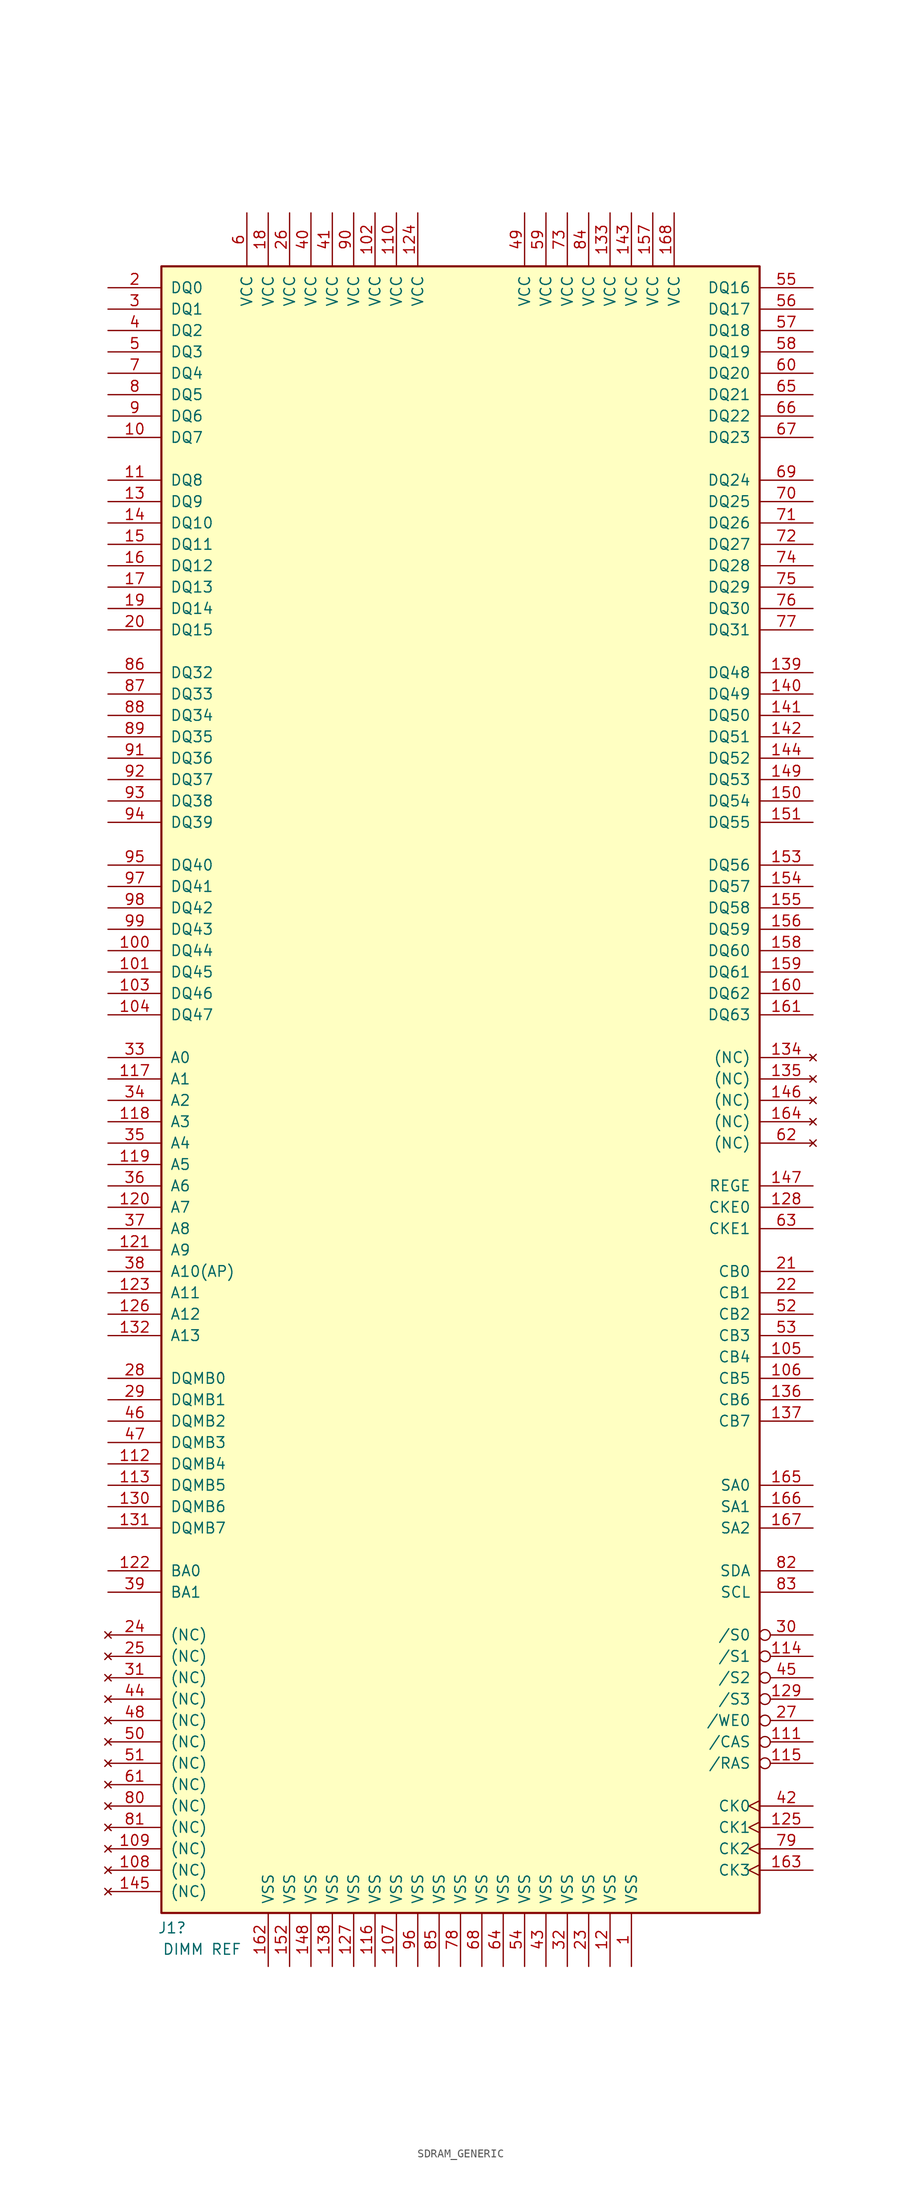
<source format=kicad_sym>
(kicad_symbol_lib
  (version 20240819)
  (generator "kicad_symbol_editor")
  (generator_version "8.99")
  (symbol "SDRAM_GENERIC"
    (pin_names
      (offset 1.016))
    (property "Reference" "J1"
      (at -34.29 -99.568 0)
      (effects (font (size 1.27 1.27))))
    (property "Value" "DIMM REF"
      (at -30.734 -102.108 0)
      (effects (font (size 1.27 1.27))))
    (symbol "SDRAM_GENERIC_0_1"
      (rectangle (start -35.56 97.79) (end 35.56 -97.79) (stroke (width 0.254) (type default)) (fill (type background))))
    (symbol "SDRAM_GENERIC_1_1"
      (pin bidirectional line (at -41.91 95.25 0) (length 6.35) (name "DQ0" (effects (font (size 1.27 1.27)))) (number "2" (effects (font (size 1.27 1.27)))))
      (pin bidirectional line (at -41.91 92.71 0) (length 6.35) (name "DQ1" (effects (font (size 1.27 1.27)))) (number "3" (effects (font (size 1.27 1.27)))))
      (pin bidirectional line (at -41.91 90.17 0) (length 6.35) (name "DQ2" (effects (font (size 1.27 1.27)))) (number "4" (effects (font (size 1.27 1.27)))))
      (pin bidirectional line (at -41.91 87.63 0) (length 6.35) (name "DQ3" (effects (font (size 1.27 1.27)))) (number "5" (effects (font (size 1.27 1.27)))))
      (pin bidirectional line (at -41.91 85.09 0) (length 6.35) (name "DQ4" (effects (font (size 1.27 1.27)))) (number "7" (effects (font (size 1.27 1.27)))))
      (pin bidirectional line (at -41.91 82.55 0) (length 6.35) (name "DQ5" (effects (font (size 1.27 1.27)))) (number "8" (effects (font (size 1.27 1.27)))))
      (pin bidirectional line (at -41.91 80.01 0) (length 6.35) (name "DQ6" (effects (font (size 1.27 1.27)))) (number "9" (effects (font (size 1.27 1.27)))))
      (pin bidirectional line (at -41.91 77.47 0) (length 6.35) (name "DQ7" (effects (font (size 1.27 1.27)))) (number "10" (effects (font (size 1.27 1.27)))))
      (pin bidirectional line (at -41.91 72.39 0) (length 6.35) (name "DQ8" (effects (font (size 1.27 1.27)))) (number "11" (effects (font (size 1.27 1.27)))))
      (pin bidirectional line (at -41.91 69.85 0) (length 6.35) (name "DQ9" (effects (font (size 1.27 1.27)))) (number "13" (effects (font (size 1.27 1.27)))))
      (pin bidirectional line (at -41.91 67.31 0) (length 6.35) (name "DQ10" (effects (font (size 1.27 1.27)))) (number "14" (effects (font (size 1.27 1.27)))))
      (pin bidirectional line (at -41.91 64.77 0) (length 6.35) (name "DQ11" (effects (font (size 1.27 1.27)))) (number "15" (effects (font (size 1.27 1.27)))))
      (pin bidirectional line (at -41.91 62.23 0) (length 6.35) (name "DQ12" (effects (font (size 1.27 1.27)))) (number "16" (effects (font (size 1.27 1.27)))))
      (pin bidirectional line (at -41.91 59.69 0) (length 6.35) (name "DQ13" (effects (font (size 1.27 1.27)))) (number "17" (effects (font (size 1.27 1.27)))))
      (pin bidirectional line (at -41.91 57.15 0) (length 6.35) (name "DQ14" (effects (font (size 1.27 1.27)))) (number "19" (effects (font (size 1.27 1.27)))))
      (pin bidirectional line (at -41.91 54.61 0) (length 6.35) (name "DQ15" (effects (font (size 1.27 1.27)))) (number "20" (effects (font (size 1.27 1.27)))))
      (pin bidirectional line (at -41.91 49.53 0) (length 6.35) (name "DQ32" (effects (font (size 1.27 1.27)))) (number "86" (effects (font (size 1.27 1.27)))))
      (pin bidirectional line (at -41.91 46.99 0) (length 6.35) (name "DQ33" (effects (font (size 1.27 1.27)))) (number "87" (effects (font (size 1.27 1.27)))))
      (pin bidirectional line (at -41.91 44.45 0) (length 6.35) (name "DQ34" (effects (font (size 1.27 1.27)))) (number "88" (effects (font (size 1.27 1.27)))))
      (pin bidirectional line (at -41.91 41.91 0) (length 6.35) (name "DQ35" (effects (font (size 1.27 1.27)))) (number "89" (effects (font (size 1.27 1.27)))))
      (pin bidirectional line (at -41.91 39.37 0) (length 6.35) (name "DQ36" (effects (font (size 1.27 1.27)))) (number "91" (effects (font (size 1.27 1.27)))))
      (pin bidirectional line (at -41.91 36.83 0) (length 6.35) (name "DQ37" (effects (font (size 1.27 1.27)))) (number "92" (effects (font (size 1.27 1.27)))))
      (pin bidirectional line (at -41.91 34.29 0) (length 6.35) (name "DQ38" (effects (font (size 1.27 1.27)))) (number "93" (effects (font (size 1.27 1.27)))))
      (pin bidirectional line (at -41.91 31.75 0) (length 6.35) (name "DQ39" (effects (font (size 1.27 1.27)))) (number "94" (effects (font (size 1.27 1.27)))))
      (pin bidirectional line (at -41.91 26.67 0) (length 6.35) (name "DQ40" (effects (font (size 1.27 1.27)))) (number "95" (effects (font (size 1.27 1.27)))))
      (pin bidirectional line (at -41.91 24.13 0) (length 6.35) (name "DQ41" (effects (font (size 1.27 1.27)))) (number "97" (effects (font (size 1.27 1.27)))))
      (pin bidirectional line (at -41.91 21.59 0) (length 6.35) (name "DQ42" (effects (font (size 1.27 1.27)))) (number "98" (effects (font (size 1.27 1.27)))))
      (pin bidirectional line (at -41.91 19.05 0) (length 6.35) (name "DQ43" (effects (font (size 1.27 1.27)))) (number "99" (effects (font (size 1.27 1.27)))))
      (pin bidirectional line (at -41.91 16.51 0) (length 6.35) (name "DQ44" (effects (font (size 1.27 1.27)))) (number "100" (effects (font (size 1.27 1.27)))))
      (pin bidirectional line (at -41.91 13.97 0) (length 6.35) (name "DQ45" (effects (font (size 1.27 1.27)))) (number "101" (effects (font (size 1.27 1.27)))))
      (pin bidirectional line (at -41.91 11.43 0) (length 6.35) (name "DQ46" (effects (font (size 1.27 1.27)))) (number "103" (effects (font (size 1.27 1.27)))))
      (pin bidirectional line (at -41.91 8.89 0) (length 6.35) (name "DQ47" (effects (font (size 1.27 1.27)))) (number "104" (effects (font (size 1.27 1.27)))))
      (pin input line (at -41.91 3.81 0) (length 6.35) (name "A0" (effects (font (size 1.27 1.27)))) (number "33" (effects (font (size 1.27 1.27)))))
      (pin input line (at -41.91 1.27 0) (length 6.35) (name "A1" (effects (font (size 1.27 1.27)))) (number "117" (effects (font (size 1.27 1.27)))))
      (pin input line (at -41.91 -1.27 0) (length 6.35) (name "A2" (effects (font (size 1.27 1.27)))) (number "34" (effects (font (size 1.27 1.27)))))
      (pin input line (at -41.91 -3.81 0) (length 6.35) (name "A3" (effects (font (size 1.27 1.27)))) (number "118" (effects (font (size 1.27 1.27)))))
      (pin input line (at -41.91 -6.35 0) (length 6.35) (name "A4" (effects (font (size 1.27 1.27)))) (number "35" (effects (font (size 1.27 1.27)))))
      (pin input line (at -41.91 -8.89 0) (length 6.35) (name "A5" (effects (font (size 1.27 1.27)))) (number "119" (effects (font (size 1.27 1.27)))))
      (pin input line (at -41.91 -11.43 0) (length 6.35) (name "A6" (effects (font (size 1.27 1.27)))) (number "36" (effects (font (size 1.27 1.27)))))
      (pin input line (at -41.91 -13.97 0) (length 6.35) (name "A7" (effects (font (size 1.27 1.27)))) (number "120" (effects (font (size 1.27 1.27)))))
      (pin input line (at -41.91 -16.51 0) (length 6.35) (name "A8" (effects (font (size 1.27 1.27)))) (number "37" (effects (font (size 1.27 1.27)))))
      (pin input line (at -41.91 -19.05 0) (length 6.35) (name "A9" (effects (font (size 1.27 1.27)))) (number "121" (effects (font (size 1.27 1.27)))))
      (pin input line (at -41.91 -21.59 0) (length 6.35) (name "A10(AP)" (effects (font (size 1.27 1.27)))) (number "38" (effects (font (size 1.27 1.27)))))
      (pin input line (at -41.91 -24.13 0) (length 6.35) (name "A11" (effects (font (size 1.27 1.27)))) (number "123" (effects (font (size 1.27 1.27)))))
      (pin input line (at -41.91 -26.67 0) (length 6.35) (name "A12" (effects (font (size 1.27 1.27)))) (number "126" (effects (font (size 1.27 1.27)))))
      (pin input line (at -41.91 -29.21 0) (length 6.35) (name "A13" (effects (font (size 1.27 1.27)))) (number "132" (effects (font (size 1.27 1.27)))))
      (pin input line (at -41.91 -34.29 0) (length 6.35) (name "DQMB0" (effects (font (size 1.27 1.27)))) (number "28" (effects (font (size 1.27 1.27)))))
      (pin input line (at -41.91 -36.83 0) (length 6.35) (name "DQMB1" (effects (font (size 1.27 1.27)))) (number "29" (effects (font (size 1.27 1.27)))))
      (pin input line (at -41.91 -39.37 0) (length 6.35) (name "DQMB2" (effects (font (size 1.27 1.27)))) (number "46" (effects (font (size 1.27 1.27)))))
      (pin input line (at -41.91 -41.91 0) (length 6.35) (name "DQMB3" (effects (font (size 1.27 1.27)))) (number "47" (effects (font (size 1.27 1.27)))))
      (pin input line (at -41.91 -44.45 0) (length 6.35) (name "DQMB4" (effects (font (size 1.27 1.27)))) (number "112" (effects (font (size 1.27 1.27)))))
      (pin input line (at -41.91 -46.99 0) (length 6.35) (name "DQMB5" (effects (font (size 1.27 1.27)))) (number "113" (effects (font (size 1.27 1.27)))))
      (pin input line (at -41.91 -49.53 0) (length 6.35) (name "DQMB6" (effects (font (size 1.27 1.27)))) (number "130" (effects (font (size 1.27 1.27)))))
      (pin input line (at -41.91 -52.07 0) (length 6.35) (name "DQMB7" (effects (font (size 1.27 1.27)))) (number "131" (effects (font (size 1.27 1.27)))))
      (pin input line (at -41.91 -57.15 0) (length 6.35) (name "BA0" (effects (font (size 1.27 1.27)))) (number "122" (effects (font (size 1.27 1.27)))))
      (pin input line (at -41.91 -59.69 0) (length 6.35) (name "BA1" (effects (font (size 1.27 1.27)))) (number "39" (effects (font (size 1.27 1.27)))))
      (pin no_connect line (at -41.91 -64.77 0) (length 6.35) (name "(NC)" (effects (font (size 1.27 1.27)))) (number "24" (effects (font (size 1.27 1.27)))))
      (pin no_connect line (at -41.91 -67.31 0) (length 6.35) (name "(NC)" (effects (font (size 1.27 1.27)))) (number "25" (effects (font (size 1.27 1.27)))))
      (pin no_connect line (at -41.91 -69.85 0) (length 6.35) (name "(NC)" (effects (font (size 1.27 1.27)))) (number "31" (effects (font (size 1.27 1.27)))))
      (pin no_connect line (at -41.91 -72.39 0) (length 6.35) (name "(NC)" (effects (font (size 1.27 1.27)))) (number "44" (effects (font (size 1.27 1.27)))))
      (pin no_connect line (at -41.91 -74.93 0) (length 6.35) (name "(NC)" (effects (font (size 1.27 1.27)))) (number "48" (effects (font (size 1.27 1.27)))))
      (pin no_connect line (at -41.91 -77.47 0) (length 6.35) (name "(NC)" (effects (font (size 1.27 1.27)))) (number "50" (effects (font (size 1.27 1.27)))))
      (pin no_connect line (at -41.91 -80.01 0) (length 6.35) (name "(NC)" (effects (font (size 1.27 1.27)))) (number "51" (effects (font (size 1.27 1.27)))))
      (pin no_connect line (at -41.91 -82.55 0) (length 6.35) (name "(NC)" (effects (font (size 1.27 1.27)))) (number "61" (effects (font (size 1.27 1.27)))))
      (pin no_connect line (at -41.91 -85.09 0) (length 6.35) (name "(NC)" (effects (font (size 1.27 1.27)))) (number "80" (effects (font (size 1.27 1.27)))))
      (pin no_connect line (at -41.91 -87.63 0) (length 6.35) (name "(NC)" (effects (font (size 1.27 1.27)))) (number "81" (effects (font (size 1.27 1.27)))))
      (pin no_connect line (at -41.91 -90.17 0) (length 6.35) (name "(NC)" (effects (font (size 1.27 1.27)))) (number "109" (effects (font (size 1.27 1.27)))))
      (pin no_connect line (at -41.91 -92.71 0) (length 6.35) (name "(NC)" (effects (font (size 1.27 1.27)))) (number "108" (effects (font (size 1.27 1.27)))))
      (pin no_connect line (at -41.91 -95.25 0) (length 6.35) (name "(NC)" (effects (font (size 1.27 1.27)))) (number "145" (effects (font (size 1.27 1.27)))))
      (pin power_in line (at -25.4 104.14 270) (length 6.35) (name "VCC" (effects (font (size 1.27 1.27)))) (number "6" (effects (font (size 1.27 1.27)))))
      (pin power_in line (at -22.86 104.14 270) (length 6.35) (name "VCC" (effects (font (size 1.27 1.27)))) (number "18" (effects (font (size 1.27 1.27)))))
      (pin power_in line (at -22.86 -104.14 90) (length 6.35) (name "VSS" (effects (font (size 1.27 1.27)))) (number "162" (effects (font (size 1.27 1.27)))))
      (pin power_in line (at -20.32 104.14 270) (length 6.35) (name "VCC" (effects (font (size 1.27 1.27)))) (number "26" (effects (font (size 1.27 1.27)))))
      (pin power_in line (at -20.32 -104.14 90) (length 6.35) (name "VSS" (effects (font (size 1.27 1.27)))) (number "152" (effects (font (size 1.27 1.27)))))
      (pin power_in line (at -17.78 104.14 270) (length 6.35) (name "VCC" (effects (font (size 1.27 1.27)))) (number "40" (effects (font (size 1.27 1.27)))))
      (pin power_in line (at -17.78 -104.14 90) (length 6.35) (name "VSS" (effects (font (size 1.27 1.27)))) (number "148" (effects (font (size 1.27 1.27)))))
      (pin power_in line (at -15.24 104.14 270) (length 6.35) (name "VCC" (effects (font (size 1.27 1.27)))) (number "41" (effects (font (size 1.27 1.27)))))
      (pin power_in line (at -15.24 -104.14 90) (length 6.35) (name "VSS" (effects (font (size 1.27 1.27)))) (number "138" (effects (font (size 1.27 1.27)))))
      (pin power_in line (at -12.7 104.14 270) (length 6.35) (name "VCC" (effects (font (size 1.27 1.27)))) (number "90" (effects (font (size 1.27 1.27)))))
      (pin power_in line (at -12.7 -104.14 90) (length 6.35) (name "VSS" (effects (font (size 1.27 1.27)))) (number "127" (effects (font (size 1.27 1.27)))))
      (pin power_in line (at -10.16 104.14 270) (length 6.35) (name "VCC" (effects (font (size 1.27 1.27)))) (number "102" (effects (font (size 1.27 1.27)))))
      (pin power_in line (at -10.16 -104.14 90) (length 6.35) (name "VSS" (effects (font (size 1.27 1.27)))) (number "116" (effects (font (size 1.27 1.27)))))
      (pin power_in line (at -7.62 104.14 270) (length 6.35) (name "VCC" (effects (font (size 1.27 1.27)))) (number "110" (effects (font (size 1.27 1.27)))))
      (pin power_in line (at -7.62 -104.14 90) (length 6.35) (name "VSS" (effects (font (size 1.27 1.27)))) (number "107" (effects (font (size 1.27 1.27)))))
      (pin power_in line (at -5.08 104.14 270) (length 6.35) (name "VCC" (effects (font (size 1.27 1.27)))) (number "124" (effects (font (size 1.27 1.27)))))
      (pin power_in line (at -5.08 -104.14 90) (length 6.35) (name "VSS" (effects (font (size 1.27 1.27)))) (number "96" (effects (font (size 1.27 1.27)))))
      (pin power_in line (at -2.54 -104.14 90) (length 6.35) (name "VSS" (effects (font (size 1.27 1.27)))) (number "85" (effects (font (size 1.27 1.27)))))
      (pin power_in line (at 0 -104.14 90) (length 6.35) (name "VSS" (effects (font (size 1.27 1.27)))) (number "78" (effects (font (size 1.27 1.27)))))
      (pin power_in line (at 2.54 -104.14 90) (length 6.35) (name "VSS" (effects (font (size 1.27 1.27)))) (number "68" (effects (font (size 1.27 1.27)))))
      (pin power_in line (at 5.08 -104.14 90) (length 6.35) (name "VSS" (effects (font (size 1.27 1.27)))) (number "64" (effects (font (size 1.27 1.27)))))
      (pin power_in line (at 7.62 104.14 270) (length 6.35) (name "VCC" (effects (font (size 1.27 1.27)))) (number "49" (effects (font (size 1.27 1.27)))))
      (pin power_in line (at 7.62 -104.14 90) (length 6.35) (name "VSS" (effects (font (size 1.27 1.27)))) (number "54" (effects (font (size 1.27 1.27)))))
      (pin power_in line (at 10.16 104.14 270) (length 6.35) (name "VCC" (effects (font (size 1.27 1.27)))) (number "59" (effects (font (size 1.27 1.27)))))
      (pin power_in line (at 10.16 -104.14 90) (length 6.35) (name "VSS" (effects (font (size 1.27 1.27)))) (number "43" (effects (font (size 1.27 1.27)))))
      (pin power_in line (at 12.7 104.14 270) (length 6.35) (name "VCC" (effects (font (size 1.27 1.27)))) (number "73" (effects (font (size 1.27 1.27)))))
      (pin power_in line (at 12.7 -104.14 90) (length 6.35) (name "VSS" (effects (font (size 1.27 1.27)))) (number "32" (effects (font (size 1.27 1.27)))))
      (pin power_in line (at 15.24 104.14 270) (length 6.35) (name "VCC" (effects (font (size 1.27 1.27)))) (number "84" (effects (font (size 1.27 1.27)))))
      (pin power_in line (at 15.24 -104.14 90) (length 6.35) (name "VSS" (effects (font (size 1.27 1.27)))) (number "23" (effects (font (size 1.27 1.27)))))
      (pin power_in line (at 17.78 104.14 270) (length 6.35) (name "VCC" (effects (font (size 1.27 1.27)))) (number "133" (effects (font (size 1.27 1.27)))))
      (pin power_in line (at 17.78 -104.14 90) (length 6.35) (name "VSS" (effects (font (size 1.27 1.27)))) (number "12" (effects (font (size 1.27 1.27)))))
      (pin power_in line (at 20.32 104.14 270) (length 6.35) (name "VCC" (effects (font (size 1.27 1.27)))) (number "143" (effects (font (size 1.27 1.27)))))
      (pin power_in line (at 20.32 -104.14 90) (length 6.35) (name "VSS" (effects (font (size 1.27 1.27)))) (number "1" (effects (font (size 1.27 1.27)))))
      (pin power_in line (at 22.86 104.14 270) (length 6.35) (name "VCC" (effects (font (size 1.27 1.27)))) (number "157" (effects (font (size 1.27 1.27)))))
      (pin power_in line (at 25.4 104.14 270) (length 6.35) (name "VCC" (effects (font (size 1.27 1.27)))) (number "168" (effects (font (size 1.27 1.27)))))
      (pin bidirectional line (at 41.91 95.25 180) (length 6.35) (name "DQ16" (effects (font (size 1.27 1.27)))) (number "55" (effects (font (size 1.27 1.27)))))
      (pin bidirectional line (at 41.91 92.71 180) (length 6.35) (name "DQ17" (effects (font (size 1.27 1.27)))) (number "56" (effects (font (size 1.27 1.27)))))
      (pin bidirectional line (at 41.91 90.17 180) (length 6.35) (name "DQ18" (effects (font (size 1.27 1.27)))) (number "57" (effects (font (size 1.27 1.27)))))
      (pin bidirectional line (at 41.91 87.63 180) (length 6.35) (name "DQ19" (effects (font (size 1.27 1.27)))) (number "58" (effects (font (size 1.27 1.27)))))
      (pin bidirectional line (at 41.91 85.09 180) (length 6.35) (name "DQ20" (effects (font (size 1.27 1.27)))) (number "60" (effects (font (size 1.27 1.27)))))
      (pin bidirectional line (at 41.91 82.55 180) (length 6.35) (name "DQ21" (effects (font (size 1.27 1.27)))) (number "65" (effects (font (size 1.27 1.27)))))
      (pin bidirectional line (at 41.91 80.01 180) (length 6.35) (name "DQ22" (effects (font (size 1.27 1.27)))) (number "66" (effects (font (size 1.27 1.27)))))
      (pin bidirectional line (at 41.91 77.47 180) (length 6.35) (name "DQ23" (effects (font (size 1.27 1.27)))) (number "67" (effects (font (size 1.27 1.27)))))
      (pin bidirectional line (at 41.91 72.39 180) (length 6.35) (name "DQ24" (effects (font (size 1.27 1.27)))) (number "69" (effects (font (size 1.27 1.27)))))
      (pin bidirectional line (at 41.91 69.85 180) (length 6.35) (name "DQ25" (effects (font (size 1.27 1.27)))) (number "70" (effects (font (size 1.27 1.27)))))
      (pin bidirectional line (at 41.91 67.31 180) (length 6.35) (name "DQ26" (effects (font (size 1.27 1.27)))) (number "71" (effects (font (size 1.27 1.27)))))
      (pin bidirectional line (at 41.91 64.77 180) (length 6.35) (name "DQ27" (effects (font (size 1.27 1.27)))) (number "72" (effects (font (size 1.27 1.27)))))
      (pin bidirectional line (at 41.91 62.23 180) (length 6.35) (name "DQ28" (effects (font (size 1.27 1.27)))) (number "74" (effects (font (size 1.27 1.27)))))
      (pin bidirectional line (at 41.91 59.69 180) (length 6.35) (name "DQ29" (effects (font (size 1.27 1.27)))) (number "75" (effects (font (size 1.27 1.27)))))
      (pin bidirectional line (at 41.91 57.15 180) (length 6.35) (name "DQ30" (effects (font (size 1.27 1.27)))) (number "76" (effects (font (size 1.27 1.27)))))
      (pin bidirectional line (at 41.91 54.61 180) (length 6.35) (name "DQ31" (effects (font (size 1.27 1.27)))) (number "77" (effects (font (size 1.27 1.27)))))
      (pin bidirectional line (at 41.91 49.53 180) (length 6.35) (name "DQ48" (effects (font (size 1.27 1.27)))) (number "139" (effects (font (size 1.27 1.27)))))
      (pin bidirectional line (at 41.91 46.99 180) (length 6.35) (name "DQ49" (effects (font (size 1.27 1.27)))) (number "140" (effects (font (size 1.27 1.27)))))
      (pin bidirectional line (at 41.91 44.45 180) (length 6.35) (name "DQ50" (effects (font (size 1.27 1.27)))) (number "141" (effects (font (size 1.27 1.27)))))
      (pin bidirectional line (at 41.91 41.91 180) (length 6.35) (name "DQ51" (effects (font (size 1.27 1.27)))) (number "142" (effects (font (size 1.27 1.27)))))
      (pin bidirectional line (at 41.91 39.37 180) (length 6.35) (name "DQ52" (effects (font (size 1.27 1.27)))) (number "144" (effects (font (size 1.27 1.27)))))
      (pin bidirectional line (at 41.91 36.83 180) (length 6.35) (name "DQ53" (effects (font (size 1.27 1.27)))) (number "149" (effects (font (size 1.27 1.27)))))
      (pin bidirectional line (at 41.91 34.29 180) (length 6.35) (name "DQ54" (effects (font (size 1.27 1.27)))) (number "150" (effects (font (size 1.27 1.27)))))
      (pin bidirectional line (at 41.91 31.75 180) (length 6.35) (name "DQ55" (effects (font (size 1.27 1.27)))) (number "151" (effects (font (size 1.27 1.27)))))
      (pin bidirectional line (at 41.91 26.67 180) (length 6.35) (name "DQ56" (effects (font (size 1.27 1.27)))) (number "153" (effects (font (size 1.27 1.27)))))
      (pin bidirectional line (at 41.91 24.13 180) (length 6.35) (name "DQ57" (effects (font (size 1.27 1.27)))) (number "154" (effects (font (size 1.27 1.27)))))
      (pin bidirectional line (at 41.91 21.59 180) (length 6.35) (name "DQ58" (effects (font (size 1.27 1.27)))) (number "155" (effects (font (size 1.27 1.27)))))
      (pin bidirectional line (at 41.91 19.05 180) (length 6.35) (name "DQ59" (effects (font (size 1.27 1.27)))) (number "156" (effects (font (size 1.27 1.27)))))
      (pin bidirectional line (at 41.91 16.51 180) (length 6.35) (name "DQ60" (effects (font (size 1.27 1.27)))) (number "158" (effects (font (size 1.27 1.27)))))
      (pin bidirectional line (at 41.91 13.97 180) (length 6.35) (name "DQ61" (effects (font (size 1.27 1.27)))) (number "159" (effects (font (size 1.27 1.27)))))
      (pin bidirectional line (at 41.91 11.43 180) (length 6.35) (name "DQ62" (effects (font (size 1.27 1.27)))) (number "160" (effects (font (size 1.27 1.27)))))
      (pin bidirectional line (at 41.91 8.89 180) (length 6.35) (name "DQ63" (effects (font (size 1.27 1.27)))) (number "161" (effects (font (size 1.27 1.27)))))
      (pin no_connect line (at 41.91 3.81 180) (length 6.35) (name "(NC)" (effects (font (size 1.27 1.27)))) (number "134" (effects (font (size 1.27 1.27)))))
      (pin no_connect line (at 41.91 1.27 180) (length 6.35) (name "(NC)" (effects (font (size 1.27 1.27)))) (number "135" (effects (font (size 1.27 1.27)))))
      (pin no_connect line (at 41.91 -1.27 180) (length 6.35) (name "(NC)" (effects (font (size 1.27 1.27)))) (number "146" (effects (font (size 1.27 1.27)))))
      (pin no_connect line (at 41.91 -3.81 180) (length 6.35) (name "(NC)" (effects (font (size 1.27 1.27)))) (number "164" (effects (font (size 1.27 1.27)))))
      (pin no_connect line (at 41.91 -6.35 180) (length 6.35) (name "(NC)" (effects (font (size 1.27 1.27)))) (number "62" (effects (font (size 1.27 1.27)))))
      (pin input line (at 41.91 -11.43 180) (length 6.35) (name "REGE" (effects (font (size 1.27 1.27)))) (number "147" (effects (font (size 1.27 1.27)))))
      (pin input line (at 41.91 -13.97 180) (length 6.35) (name "CKE0" (effects (font (size 1.27 1.27)))) (number "128" (effects (font (size 1.27 1.27)))))
      (pin input line (at 41.91 -16.51 180) (length 6.35) (name "CKE1" (effects (font (size 1.27 1.27)))) (number "63" (effects (font (size 1.27 1.27)))))
      (pin bidirectional line (at 41.91 -21.59 180) (length 6.35) (name "CB0" (effects (font (size 1.27 1.27)))) (number "21" (effects (font (size 1.27 1.27)))))
      (pin bidirectional line (at 41.91 -24.13 180) (length 6.35) (name "CB1" (effects (font (size 1.27 1.27)))) (number "22" (effects (font (size 1.27 1.27)))))
      (pin bidirectional line (at 41.91 -26.67 180) (length 6.35) (name "CB2" (effects (font (size 1.27 1.27)))) (number "52" (effects (font (size 1.27 1.27)))))
      (pin bidirectional line (at 41.91 -29.21 180) (length 6.35) (name "CB3" (effects (font (size 1.27 1.27)))) (number "53" (effects (font (size 1.27 1.27)))))
      (pin bidirectional line (at 41.91 -31.75 180) (length 6.35) (name "CB4" (effects (font (size 1.27 1.27)))) (number "105" (effects (font (size 1.27 1.27)))))
      (pin bidirectional line (at 41.91 -34.29 180) (length 6.35) (name "CB5" (effects (font (size 1.27 1.27)))) (number "106" (effects (font (size 1.27 1.27)))))
      (pin bidirectional line (at 41.91 -36.83 180) (length 6.35) (name "CB6" (effects (font (size 1.27 1.27)))) (number "136" (effects (font (size 1.27 1.27)))))
      (pin bidirectional line (at 41.91 -39.37 180) (length 6.35) (name "CB7" (effects (font (size 1.27 1.27)))) (number "137" (effects (font (size 1.27 1.27)))))
      (pin unspecified line (at 41.91 -46.99 180) (length 6.35) (name "SA0" (effects (font (size 1.27 1.27)))) (number "165" (effects (font (size 1.27 1.27)))))
      (pin unspecified line (at 41.91 -49.53 180) (length 6.35) (name "SA1" (effects (font (size 1.27 1.27)))) (number "166" (effects (font (size 1.27 1.27)))))
      (pin unspecified line (at 41.91 -52.07 180) (length 6.35) (name "SA2" (effects (font (size 1.27 1.27)))) (number "167" (effects (font (size 1.27 1.27)))))
      (pin bidirectional line (at 41.91 -57.15 180) (length 6.35) (name "SDA" (effects (font (size 1.27 1.27)))) (number "82" (effects (font (size 1.27 1.27)))))
      (pin bidirectional line (at 41.91 -59.69 180) (length 6.35) (name "SCL" (effects (font (size 1.27 1.27)))) (number "83" (effects (font (size 1.27 1.27)))))
      (pin input inverted (at 41.91 -64.77 180) (length 6.35) (name "/S0" (effects (font (size 1.27 1.27)))) (number "30" (effects (font (size 1.27 1.27)))))
      (pin input inverted (at 41.91 -67.31 180) (length 6.35) (name "/S1" (effects (font (size 1.27 1.27)))) (number "114" (effects (font (size 1.27 1.27)))))
      (pin input inverted (at 41.91 -69.85 180) (length 6.35) (name "/S2" (effects (font (size 1.27 1.27)))) (number "45" (effects (font (size 1.27 1.27)))))
      (pin input inverted (at 41.91 -72.39 180) (length 6.35) (name "/S3" (effects (font (size 1.27 1.27)))) (number "129" (effects (font (size 1.27 1.27)))))
      (pin input inverted (at 41.91 -74.93 180) (length 6.35) (name "/WE0" (effects (font (size 1.27 1.27)))) (number "27" (effects (font (size 1.27 1.27)))))
      (pin input inverted (at 41.91 -77.47 180) (length 6.35) (name "/CAS" (effects (font (size 1.27 1.27)))) (number "111" (effects (font (size 1.27 1.27)))))
      (pin input inverted (at 41.91 -80.01 180) (length 6.35) (name "/RAS" (effects (font (size 1.27 1.27)))) (number "115" (effects (font (size 1.27 1.27)))))
      (pin input clock (at 41.91 -85.09 180) (length 6.35) (name "CK0" (effects (font (size 1.27 1.27)))) (number "42" (effects (font (size 1.27 1.27)))))
      (pin input clock (at 41.91 -87.63 180) (length 6.35) (name "CK1" (effects (font (size 1.27 1.27)))) (number "125" (effects (font (size 1.27 1.27)))))
      (pin input clock (at 41.91 -90.17 180) (length 6.35) (name "CK2" (effects (font (size 1.27 1.27)))) (number "79" (effects (font (size 1.27 1.27)))))
      (pin input clock (at 41.91 -92.71 180) (length 6.35) (name "CK3" (effects (font (size 1.27 1.27)))) (number "163" (effects (font (size 1.27 1.27))))))))
</source>
